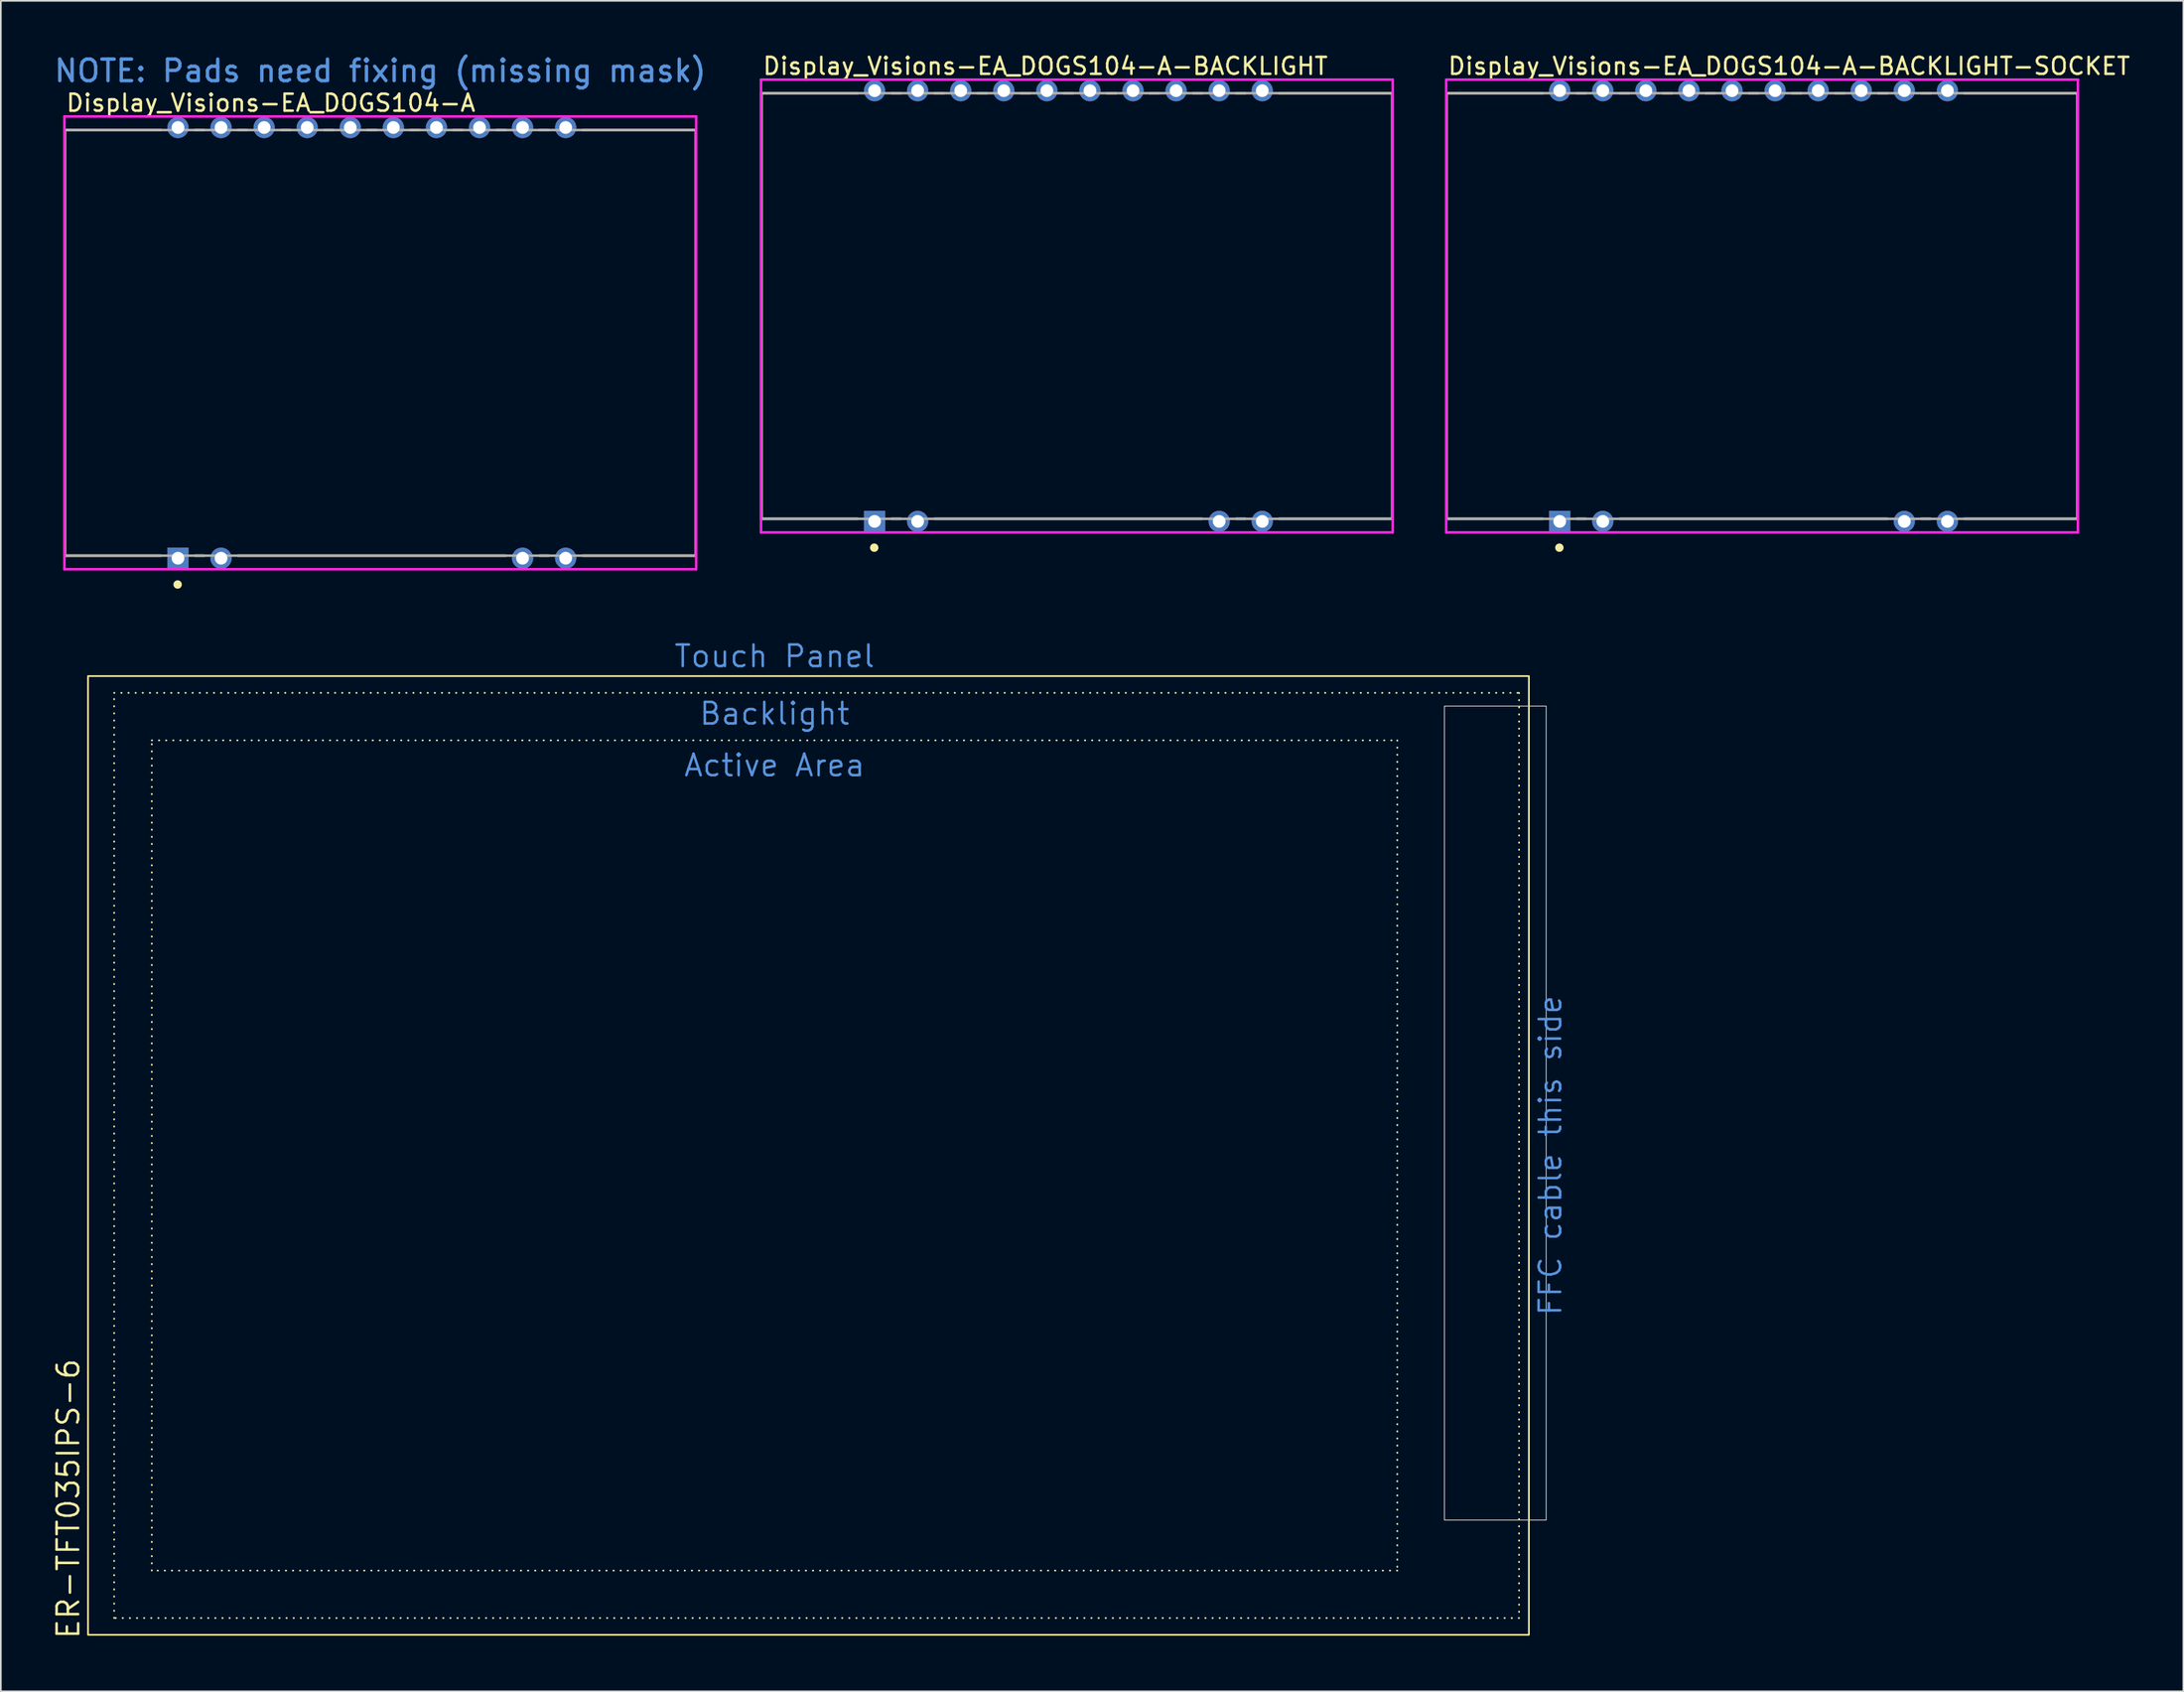
<source format=kicad_pcb>
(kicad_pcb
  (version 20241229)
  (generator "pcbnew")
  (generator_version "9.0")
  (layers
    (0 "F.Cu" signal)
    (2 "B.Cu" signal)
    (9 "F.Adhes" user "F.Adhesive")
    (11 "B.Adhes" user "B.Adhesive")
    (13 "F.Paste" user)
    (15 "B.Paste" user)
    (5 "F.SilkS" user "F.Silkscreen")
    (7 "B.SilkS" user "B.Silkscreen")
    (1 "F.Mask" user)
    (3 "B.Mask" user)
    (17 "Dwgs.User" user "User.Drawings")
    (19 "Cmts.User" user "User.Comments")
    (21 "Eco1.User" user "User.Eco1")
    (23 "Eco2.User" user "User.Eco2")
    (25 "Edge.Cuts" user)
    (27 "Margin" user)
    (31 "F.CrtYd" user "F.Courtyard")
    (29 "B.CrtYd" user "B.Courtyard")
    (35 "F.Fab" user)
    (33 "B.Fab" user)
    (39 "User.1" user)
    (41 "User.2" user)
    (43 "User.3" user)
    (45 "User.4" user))
  (footprint "Display_Visions-EA_DOGS104-A-BACKLIGHT-SOCKET"
    (layer "F.Cu")
    (at 100.848 14.998)
    (property "Reference" "Display_Visions-EA_DOGS104-A-BACKLIGHT-SOCKET" (at -18.6 -14.15 0) (layer "F.SilkS") (effects (font (size 1 1) (thickness 0.15)) (justify left)))
    (attr through_hole)
    (fp_line (start -18.6 -12.55) (end -12.93 -12.55) (stroke (width 0.15) (type solid)) (layer "F.SilkS"))
    (fp_line (start -18.6 12.55) (end -18.6 -12.55) (stroke (width 0.15) (type solid)) (layer "F.SilkS"))
    (fp_line (start -18.6 12.55) (end -12.93 12.55) (stroke (width 0.15) (type solid)) (layer "F.SilkS"))
    (fp_line (start -10.93 -12.55) (end -10.39 -12.55) (stroke (width 0.15) (type solid)) (layer "F.SilkS"))
    (fp_line (start -10.93 12.55) (end -10.39 12.55) (stroke (width 0.15) (type solid)) (layer "F.SilkS"))
    (fp_line (start -8.39 -12.55) (end -7.85 -12.55) (stroke (width 0.15) (type solid)) (layer "F.SilkS"))
    (fp_line (start -8.39 12.55) (end 7.39 12.55) (stroke (width 0.15) (type solid)) (layer "F.SilkS"))
    (fp_line (start -5.85 -12.55) (end -5.31 -12.55) (stroke (width 0.15) (type solid)) (layer "F.SilkS"))
    (fp_line (start -3.31 -12.55) (end -2.77 -12.55) (stroke (width 0.15) (type solid)) (layer "F.SilkS"))
    (fp_line (start -0.77 -12.55) (end -0.23 -12.55) (stroke (width 0.15) (type solid)) (layer "F.SilkS"))
    (fp_line (start 1.77 -12.55) (end 2.31 -12.55) (stroke (width 0.15) (type solid)) (layer "F.SilkS"))
    (fp_line (start 4.31 -12.55) (end 4.85 -12.55) (stroke (width 0.15) (type solid)) (layer "F.SilkS"))
    (fp_line (start 6.85 -12.55) (end 7.39 -12.55) (stroke (width 0.15) (type solid)) (layer "F.SilkS"))
    (fp_line (start 9.39 -12.55) (end 9.93 -12.55) (stroke (width 0.15) (type solid)) (layer "F.SilkS"))
    (fp_line (start 9.39 12.55) (end 9.93 12.55) (stroke (width 0.15) (type solid)) (layer "F.SilkS"))
    (fp_line (start 11.93 -12.55) (end 18.6 -12.55) (stroke (width 0.15) (type solid)) (layer "F.SilkS"))
    (fp_line (start 11.93 12.55) (end 18.6 12.55) (stroke (width 0.15) (type solid)) (layer "F.SilkS"))
    (fp_line (start 18.6 12.55) (end 18.6 -12.55) (stroke (width 0.15) (type solid)) (layer "F.SilkS"))
    (fp_circle (center -11.95 14.25) (end -11.825 14.25) (stroke (width 0.25) (type solid)) (fill no) (layer "F.SilkS"))
    (fp_line (start -18.625 -13.35) (end -18.625 13.35) (stroke (width 0.15) (type solid)) (layer "F.CrtYd"))
    (fp_line (start -18.625 13.35) (end 18.625 13.35) (stroke (width 0.15) (type solid)) (layer "F.CrtYd"))
    (fp_line (start 18.625 -13.35) (end -18.625 -13.35) (stroke (width 0.15) (type solid)) (layer "F.CrtYd"))
    (fp_line (start 18.625 -13.35) (end 18.625 -13.35) (stroke (width 0.15) (type solid)) (layer "F.CrtYd"))
    (fp_line (start 18.625 13.35) (end 18.625 -13.35) (stroke (width 0.15) (type solid)) (layer "F.CrtYd"))
    (fp_line (start -18.6 -12.55) (end 18.6 -12.55) (stroke (width 0.15) (type solid)) (layer "F.Fab"))
    (fp_line (start -18.6 12.55) (end -18.6 -12.55) (stroke (width 0.15) (type solid)) (layer "F.Fab"))
    (fp_line (start 18.6 -12.55) (end 18.6 12.55) (stroke (width 0.15) (type solid)) (layer "F.Fab"))
    (fp_line (start 18.6 12.55) (end -18.6 12.55) (stroke (width 0.15) (type solid)) (layer "F.Fab"))
    (pad "1" thru_hole rect (at -11.93 12.7) (size 1.25 1.25) (drill 0.75) (layers "*.Cu" "*.Mask"))
    (pad "2" thru_hole circle (at -9.39 12.7) (size 1.25 1.25) (drill 0.75) (layers "*.Cu" "*.Mask"))
    (pad "9" thru_hole circle (at 8.39 12.7) (size 1.25 1.25) (drill 0.75) (layers "*.Cu" "*.Mask"))
    (pad "10" thru_hole circle (at 10.93 12.7) (size 1.25 1.25) (drill 0.75) (layers "*.Cu" "*.Mask"))
    (pad "11" thru_hole circle (at 10.93 -12.7) (size 1.25 1.25) (drill 0.75) (layers "*.Cu" "*.Mask"))
    (pad "12" thru_hole circle (at 8.39 -12.7) (size 1.25 1.25) (drill 0.75) (layers "*.Cu" "*.Mask"))
    (pad "13" thru_hole circle (at 5.85 -12.7) (size 1.25 1.25) (drill 0.75) (layers "*.Cu" "*.Mask"))
    (pad "14" thru_hole circle (at 3.31 -12.7) (size 1.25 1.25) (drill 0.75) (layers "*.Cu" "*.Mask"))
    (pad "15" thru_hole circle (at 0.77 -12.7) (size 1.25 1.25) (drill 0.75) (layers "*.Cu" "*.Mask"))
    (pad "16" thru_hole circle (at -1.77 -12.7) (size 1.25 1.25) (drill 0.75) (layers "*.Cu" "*.Mask"))
    (pad "17" thru_hole circle (at -4.31 -12.7) (size 1.25 1.25) (drill 0.75) (layers "*.Cu" "*.Mask"))
    (pad "18" thru_hole circle (at -6.85 -12.7) (size 1.25 1.25) (drill 0.75) (layers "*.Cu" "*.Mask"))
    (pad "19" thru_hole circle (at -9.39 -12.7) (size 1.25 1.25) (drill 0.75) (layers "*.Cu" "*.Mask"))
    (pad "20" thru_hole circle (at -11.93 -12.7) (size 1.25 1.25) (drill 0.75) (layers "*.Cu" "*.Mask")))
  (footprint "Display_Visions-EA_DOGS104-A"
    (layer "F.Cu")
    (at 19.374 17.17)
    (property "Reference" "Display_Visions-EA_DOGS104-A" (at -18.6 -14.15 0) (layer "F.SilkS") (effects (font (size 1 1) (thickness 0.15)) (justify left)))
    (attr through_hole)
    (fp_line (start -18.6 -12.55) (end -12.93 -12.55) (stroke (width 0.15) (type solid)) (layer "F.SilkS"))
    (fp_line (start -18.6 12.55) (end -18.6 -12.55) (stroke (width 0.15) (type solid)) (layer "F.SilkS"))
    (fp_line (start -18.6 12.55) (end -12.93 12.55) (stroke (width 0.15) (type solid)) (layer "F.SilkS"))
    (fp_line (start -10.93 -12.55) (end -10.39 -12.55) (stroke (width 0.15) (type solid)) (layer "F.SilkS"))
    (fp_line (start -10.93 12.55) (end -10.39 12.55) (stroke (width 0.15) (type solid)) (layer "F.SilkS"))
    (fp_line (start -8.39 -12.55) (end -7.85 -12.55) (stroke (width 0.15) (type solid)) (layer "F.SilkS"))
    (fp_line (start -8.39 12.55) (end 7.39 12.55) (stroke (width 0.15) (type solid)) (layer "F.SilkS"))
    (fp_line (start -5.85 -12.55) (end -5.31 -12.55) (stroke (width 0.15) (type solid)) (layer "F.SilkS"))
    (fp_line (start -3.31 -12.55) (end -2.77 -12.55) (stroke (width 0.15) (type solid)) (layer "F.SilkS"))
    (fp_line (start -0.77 -12.55) (end -0.23 -12.55) (stroke (width 0.15) (type solid)) (layer "F.SilkS"))
    (fp_line (start 1.77 -12.55) (end 2.31 -12.55) (stroke (width 0.15) (type solid)) (layer "F.SilkS"))
    (fp_line (start 4.31 -12.55) (end 4.85 -12.55) (stroke (width 0.15) (type solid)) (layer "F.SilkS"))
    (fp_line (start 6.85 -12.55) (end 7.39 -12.55) (stroke (width 0.15) (type solid)) (layer "F.SilkS"))
    (fp_line (start 9.39 -12.55) (end 9.93 -12.55) (stroke (width 0.15) (type solid)) (layer "F.SilkS"))
    (fp_line (start 9.39 12.55) (end 9.93 12.55) (stroke (width 0.15) (type solid)) (layer "F.SilkS"))
    (fp_line (start 11.93 -12.55) (end 18.6 -12.55) (stroke (width 0.15) (type solid)) (layer "F.SilkS"))
    (fp_line (start 11.93 12.55) (end 18.6 12.55) (stroke (width 0.15) (type solid)) (layer "F.SilkS"))
    (fp_line (start 18.6 12.55) (end 18.6 -12.55) (stroke (width 0.15) (type solid)) (layer "F.SilkS"))
    (fp_circle (center -11.95 14.25) (end -11.825 14.25) (stroke (width 0.25) (type solid)) (fill no) (layer "F.SilkS"))
    (fp_line (start -18.625 -13.35) (end -18.625 13.35) (stroke (width 0.15) (type solid)) (layer "F.CrtYd"))
    (fp_line (start -18.625 13.35) (end 18.625 13.35) (stroke (width 0.15) (type solid)) (layer "F.CrtYd"))
    (fp_line (start 18.625 -13.35) (end -18.625 -13.35) (stroke (width 0.15) (type solid)) (layer "F.CrtYd"))
    (fp_line (start 18.625 -13.35) (end 18.625 -13.35) (stroke (width 0.15) (type solid)) (layer "F.CrtYd"))
    (fp_line (start 18.625 13.35) (end 18.625 -13.35) (stroke (width 0.15) (type solid)) (layer "F.CrtYd"))
    (fp_line (start -18.6 -12.55) (end 18.6 -12.55) (stroke (width 0.15) (type solid)) (layer "F.Fab"))
    (fp_line (start -18.6 12.55) (end -18.6 -12.55) (stroke (width 0.15) (type solid)) (layer "F.Fab"))
    (fp_line (start 18.6 -12.55) (end 18.6 12.55) (stroke (width 0.15) (type solid)) (layer "F.Fab"))
    (fp_line (start 18.6 12.55) (end -18.6 12.55) (stroke (width 0.15) (type solid)) (layer "F.Fab"))
    (fp_text user "NOTE: Pads need fixing (missing mask)" (at 0 -15.3 0) (unlocked yes) (layer "Cmts.User") (effects (font (size 1.27 1.27) (thickness 0.2)) (justify bottom)))
    (pad "1" thru_hole rect (at -11.93 12.7) (size 1.25 1.25) (drill 0.75) (layers "*.Cu"))
    (pad "2" thru_hole circle (at -9.39 12.7) (size 1.25 1.25) (drill 0.75) (layers "*.Cu"))
    (pad "9" thru_hole circle (at 8.39 12.7) (size 1.25 1.25) (drill 0.75) (layers "*.Cu"))
    (pad "10" thru_hole circle (at 10.93 12.7) (size 1.25 1.25) (drill 0.75) (layers "*.Cu"))
    (pad "11" thru_hole circle (at 10.93 -12.7) (size 1.25 1.25) (drill 0.75) (layers "*.Cu"))
    (pad "12" thru_hole circle (at 8.39 -12.7) (size 1.25 1.25) (drill 0.75) (layers "*.Cu"))
    (pad "13" thru_hole circle (at 5.85 -12.7) (size 1.25 1.25) (drill 0.75) (layers "*.Cu"))
    (pad "14" thru_hole circle (at 3.31 -12.7) (size 1.25 1.25) (drill 0.75) (layers "*.Cu"))
    (pad "15" thru_hole circle (at 0.77 -12.7) (size 1.25 1.25) (drill 0.75) (layers "*.Cu"))
    (pad "16" thru_hole circle (at -1.77 -12.7) (size 1.25 1.25) (drill 0.75) (layers "*.Cu"))
    (pad "17" thru_hole circle (at -4.31 -12.7) (size 1.25 1.25) (drill 0.75) (layers "*.Cu"))
    (pad "18" thru_hole circle (at -6.85 -12.7) (size 1.25 1.25) (drill 0.75) (layers "*.Cu"))
    (pad "19" thru_hole circle (at -9.39 -12.7) (size 1.25 1.25) (drill 0.75) (layers "*.Cu"))
    (pad "20" thru_hole circle (at -11.93 -12.7) (size 1.25 1.25) (drill 0.75) (layers "*.Cu")))
  (footprint "Display_Visions-EA_DOGS104-A-BACKLIGHT"
    (layer "F.Cu")
    (at 60.448 14.998)
    (property "Reference" "Display_Visions-EA_DOGS104-A-BACKLIGHT" (at -18.6 -14.15 0) (layer "F.SilkS") (effects (font (size 1 1) (thickness 0.15)) (justify left)))
    (attr through_hole)
    (fp_line (start -18.6 -12.55) (end -12.93 -12.55) (stroke (width 0.15) (type solid)) (layer "F.SilkS"))
    (fp_line (start -18.6 12.55) (end -18.6 -12.55) (stroke (width 0.15) (type solid)) (layer "F.SilkS"))
    (fp_line (start -18.6 12.55) (end -12.93 12.55) (stroke (width 0.15) (type solid)) (layer "F.SilkS"))
    (fp_line (start -10.93 -12.55) (end -10.39 -12.55) (stroke (width 0.15) (type solid)) (layer "F.SilkS"))
    (fp_line (start -10.93 12.55) (end -10.39 12.55) (stroke (width 0.15) (type solid)) (layer "F.SilkS"))
    (fp_line (start -8.39 -12.55) (end -7.85 -12.55) (stroke (width 0.15) (type solid)) (layer "F.SilkS"))
    (fp_line (start -8.39 12.55) (end 7.39 12.55) (stroke (width 0.15) (type solid)) (layer "F.SilkS"))
    (fp_line (start -5.85 -12.55) (end -5.31 -12.55) (stroke (width 0.15) (type solid)) (layer "F.SilkS"))
    (fp_line (start -3.31 -12.55) (end -2.77 -12.55) (stroke (width 0.15) (type solid)) (layer "F.SilkS"))
    (fp_line (start -0.77 -12.55) (end -0.23 -12.55) (stroke (width 0.15) (type solid)) (layer "F.SilkS"))
    (fp_line (start 1.77 -12.55) (end 2.31 -12.55) (stroke (width 0.15) (type solid)) (layer "F.SilkS"))
    (fp_line (start 4.31 -12.55) (end 4.85 -12.55) (stroke (width 0.15) (type solid)) (layer "F.SilkS"))
    (fp_line (start 6.85 -12.55) (end 7.39 -12.55) (stroke (width 0.15) (type solid)) (layer "F.SilkS"))
    (fp_line (start 9.39 -12.55) (end 9.93 -12.55) (stroke (width 0.15) (type solid)) (layer "F.SilkS"))
    (fp_line (start 9.39 12.55) (end 9.93 12.55) (stroke (width 0.15) (type solid)) (layer "F.SilkS"))
    (fp_line (start 11.93 -12.55) (end 18.6 -12.55) (stroke (width 0.15) (type solid)) (layer "F.SilkS"))
    (fp_line (start 11.93 12.55) (end 18.6 12.55) (stroke (width 0.15) (type solid)) (layer "F.SilkS"))
    (fp_line (start 18.6 12.55) (end 18.6 -12.55) (stroke (width 0.15) (type solid)) (layer "F.SilkS"))
    (fp_circle (center -11.95 14.25) (end -11.825 14.25) (stroke (width 0.25) (type solid)) (fill no) (layer "F.SilkS"))
    (fp_line (start -18.625 -13.35) (end -18.625 13.35) (stroke (width 0.15) (type solid)) (layer "F.CrtYd"))
    (fp_line (start -18.625 13.35) (end 18.625 13.35) (stroke (width 0.15) (type solid)) (layer "F.CrtYd"))
    (fp_line (start 18.625 -13.35) (end -18.625 -13.35) (stroke (width 0.15) (type solid)) (layer "F.CrtYd"))
    (fp_line (start 18.625 -13.35) (end 18.625 -13.35) (stroke (width 0.15) (type solid)) (layer "F.CrtYd"))
    (fp_line (start 18.625 13.35) (end 18.625 -13.35) (stroke (width 0.15) (type solid)) (layer "F.CrtYd"))
    (fp_line (start -18.6 -12.55) (end 18.6 -12.55) (stroke (width 0.15) (type solid)) (layer "F.Fab"))
    (fp_line (start -18.6 12.55) (end -18.6 -12.55) (stroke (width 0.15) (type solid)) (layer "F.Fab"))
    (fp_line (start 18.6 -12.55) (end 18.6 12.55) (stroke (width 0.15) (type solid)) (layer "F.Fab"))
    (fp_line (start 18.6 12.55) (end -18.6 12.55) (stroke (width 0.15) (type solid)) (layer "F.Fab"))
    (pad "1" thru_hole rect (at -11.93 12.7) (size 1.25 1.25) (drill 0.75) (layers "*.Cu" "*.Mask"))
    (pad "2" thru_hole circle (at -9.39 12.7) (size 1.25 1.25) (drill 0.75) (layers "*.Cu" "*.Mask"))
    (pad "9" thru_hole circle (at 8.39 12.7) (size 1.25 1.25) (drill 0.75) (layers "*.Cu" "*.Mask"))
    (pad "10" thru_hole circle (at 10.93 12.7) (size 1.25 1.25) (drill 0.75) (layers "*.Cu" "*.Mask"))
    (pad "11" thru_hole circle (at 10.93 -12.7) (size 1.25 1.25) (drill 0.75) (layers "*.Cu" "*.Mask"))
    (pad "12" thru_hole circle (at 8.39 -12.7) (size 1.25 1.25) (drill 0.75) (layers "*.Cu" "*.Mask"))
    (pad "13" thru_hole circle (at 5.85 -12.7) (size 1.25 1.25) (drill 0.75) (layers "*.Cu" "*.Mask"))
    (pad "14" thru_hole circle (at 3.31 -12.7) (size 1.25 1.25) (drill 0.75) (layers "*.Cu" "*.Mask"))
    (pad "15" thru_hole circle (at 0.77 -12.7) (size 1.25 1.25) (drill 0.75) (layers "*.Cu" "*.Mask"))
    (pad "16" thru_hole circle (at -1.77 -12.7) (size 1.25 1.25) (drill 0.75) (layers "*.Cu" "*.Mask"))
    (pad "17" thru_hole circle (at -4.31 -12.7) (size 1.25 1.25) (drill 0.75) (layers "*.Cu" "*.Mask"))
    (pad "18" thru_hole circle (at -6.85 -12.7) (size 1.25 1.25) (drill 0.75) (layers "*.Cu" "*.Mask"))
    (pad "19" thru_hole circle (at -9.39 -12.7) (size 1.25 1.25) (drill 0.75) (layers "*.Cu" "*.Mask"))
    (pad "20" thru_hole circle (at -11.93 -12.7) (size 1.25 1.25) (drill 0.75) (layers "*.Cu" "*.Mask")))
  (footprint "ER-TFT035IPS-6"
    (layer "F.Cu")
    (at 42.62 65.09)
    (property "Reference" "ER-TFT035IPS-6" (at -40.9 28.6 90) (unlocked yes) (layer "F.SilkS") (effects (font (size 1.27 1.27) (thickness 0.15)) (justify left bottom)))
    (attr exclude_from_pos_files)
    (fp_rect (start -40.48 -28.27) (end 44.48 28.27) (stroke (width 0.1) (type solid)) (fill no) (layer "F.SilkS"))
    (fp_rect (start -38.94 -27.28) (end 43.9 27.28) (stroke (width 0.1) (type dot)) (fill no) (layer "F.SilkS"))
    (fp_rect (start -36.72 -24.48) (end 36.72 24.48) (stroke (width 0.1) (type dot)) (fill no) (layer "F.SilkS"))
    (fp_rect (start 39.5 -26.5) (end 45.5 21.5) (stroke (width 0.05) (type default)) (fill no) (layer "Edge.Cuts"))
    (fp_text user "FFC cable this side" (at 45 0 90) (unlocked yes) (layer "Cmts.User") (effects (font (size 1.27 1.27) (thickness 0.15)) (justify top)))
    (fp_text user "Backlight" (at 0 -26.8 0) (unlocked yes) (layer "Cmts.User") (effects (font (size 1.27 1.27) (thickness 0.15)) (justify top)))
    (fp_text user "Touch Panel" (at 0 -28.7 0) (unlocked yes) (layer "Cmts.User") (effects (font (size 1.27 1.27) (thickness 0.15)) (justify bottom)))
    (fp_text user "Active Area" (at 0 -23.75 0) (unlocked yes) (layer "Cmts.User") (effects (font (size 1.27 1.27) (thickness 0.15)) (justify top))))
  (gr_rect
    (start -3 -3)
    (end 125.689 96.69)
    (stroke (width 0.1) (type default))
    (fill no)
    (layer "Edge.Cuts")))
</source>
